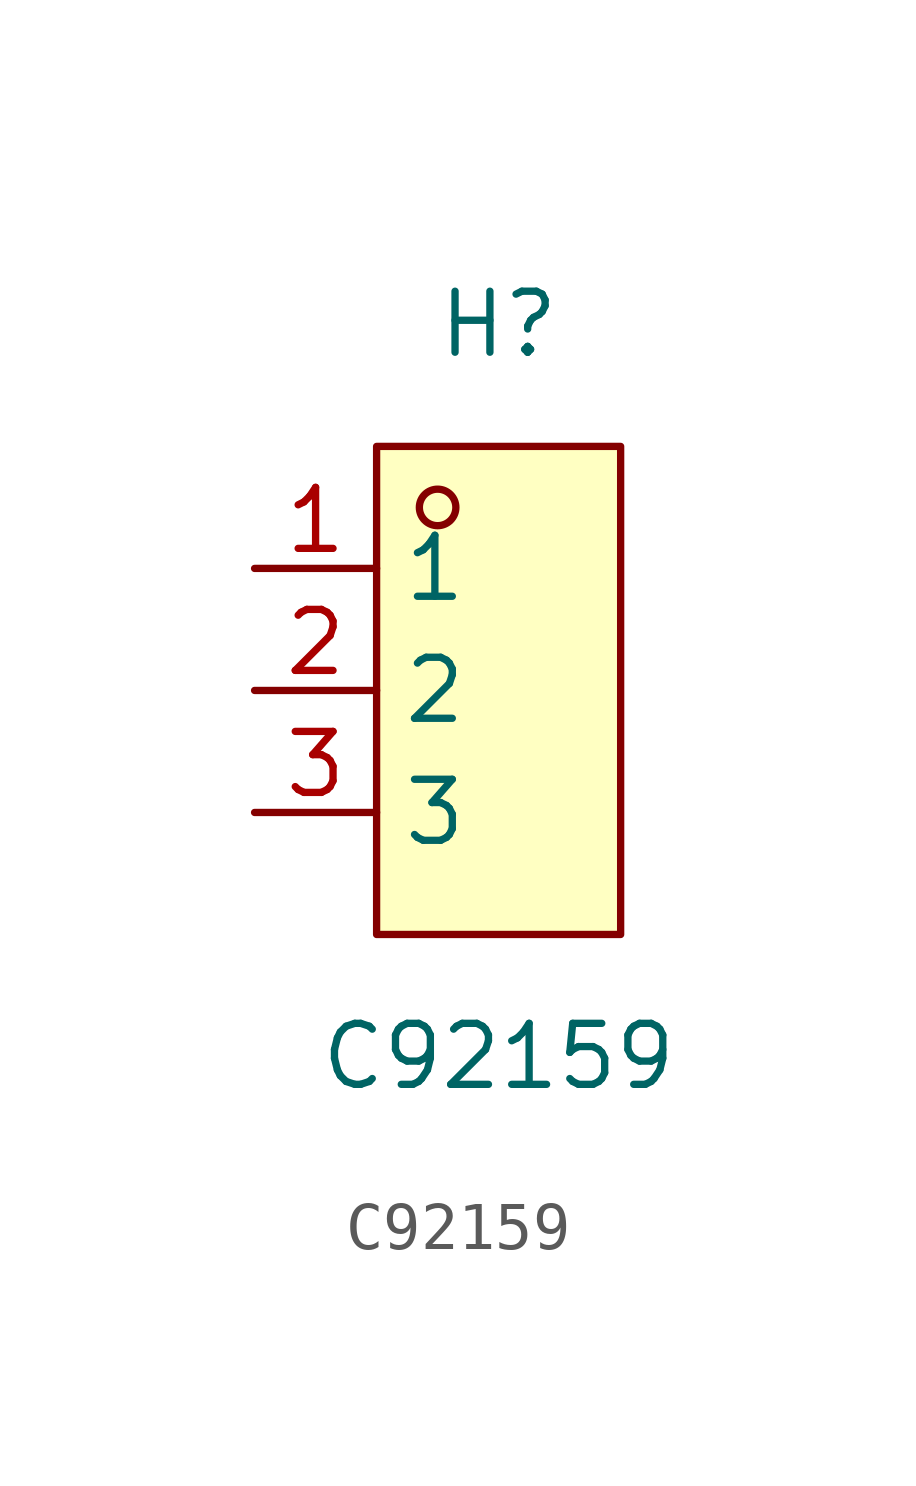
<source format=kicad_sym>
(kicad_symbol_lib
  (version 20231120)
  (generator "kicad_symbol_editor")
  (generator_version "8.0")
  (symbol "C92159"
    (property "Reference" "H"
      (at 0 7.62 0)
      (effects (font (size 1.27 1.27))))
    (property "Value" "C92159"
      (at 0 -7.62 0)
      (effects (font (size 1.27 1.27))))
    (symbol "C92159_0_1"
      (rectangle (start -2.54 5.08) (end 2.54 -5.08) (stroke (width 0) (type default)) (fill (type background)))
      (circle (center -1.27 3.81) (radius 0.38) (stroke (width 0) (type default)) (fill (type none)))
      (pin passive line (at -5.08 2.54 0) (length 2.54) (name "1" (effects (font (size 1.27 1.27)))) (number "1" (effects (font (size 1.27 1.27)))))
      (pin passive line (at -5.08 0 0) (length 2.54) (name "2" (effects (font (size 1.27 1.27)))) (number "2" (effects (font (size 1.27 1.27)))))
      (pin passive line (at -5.08 -2.54 0) (length 2.54) (name "3" (effects (font (size 1.27 1.27)))) (number "3" (effects (font (size 1.27 1.27))))))))
</source>
